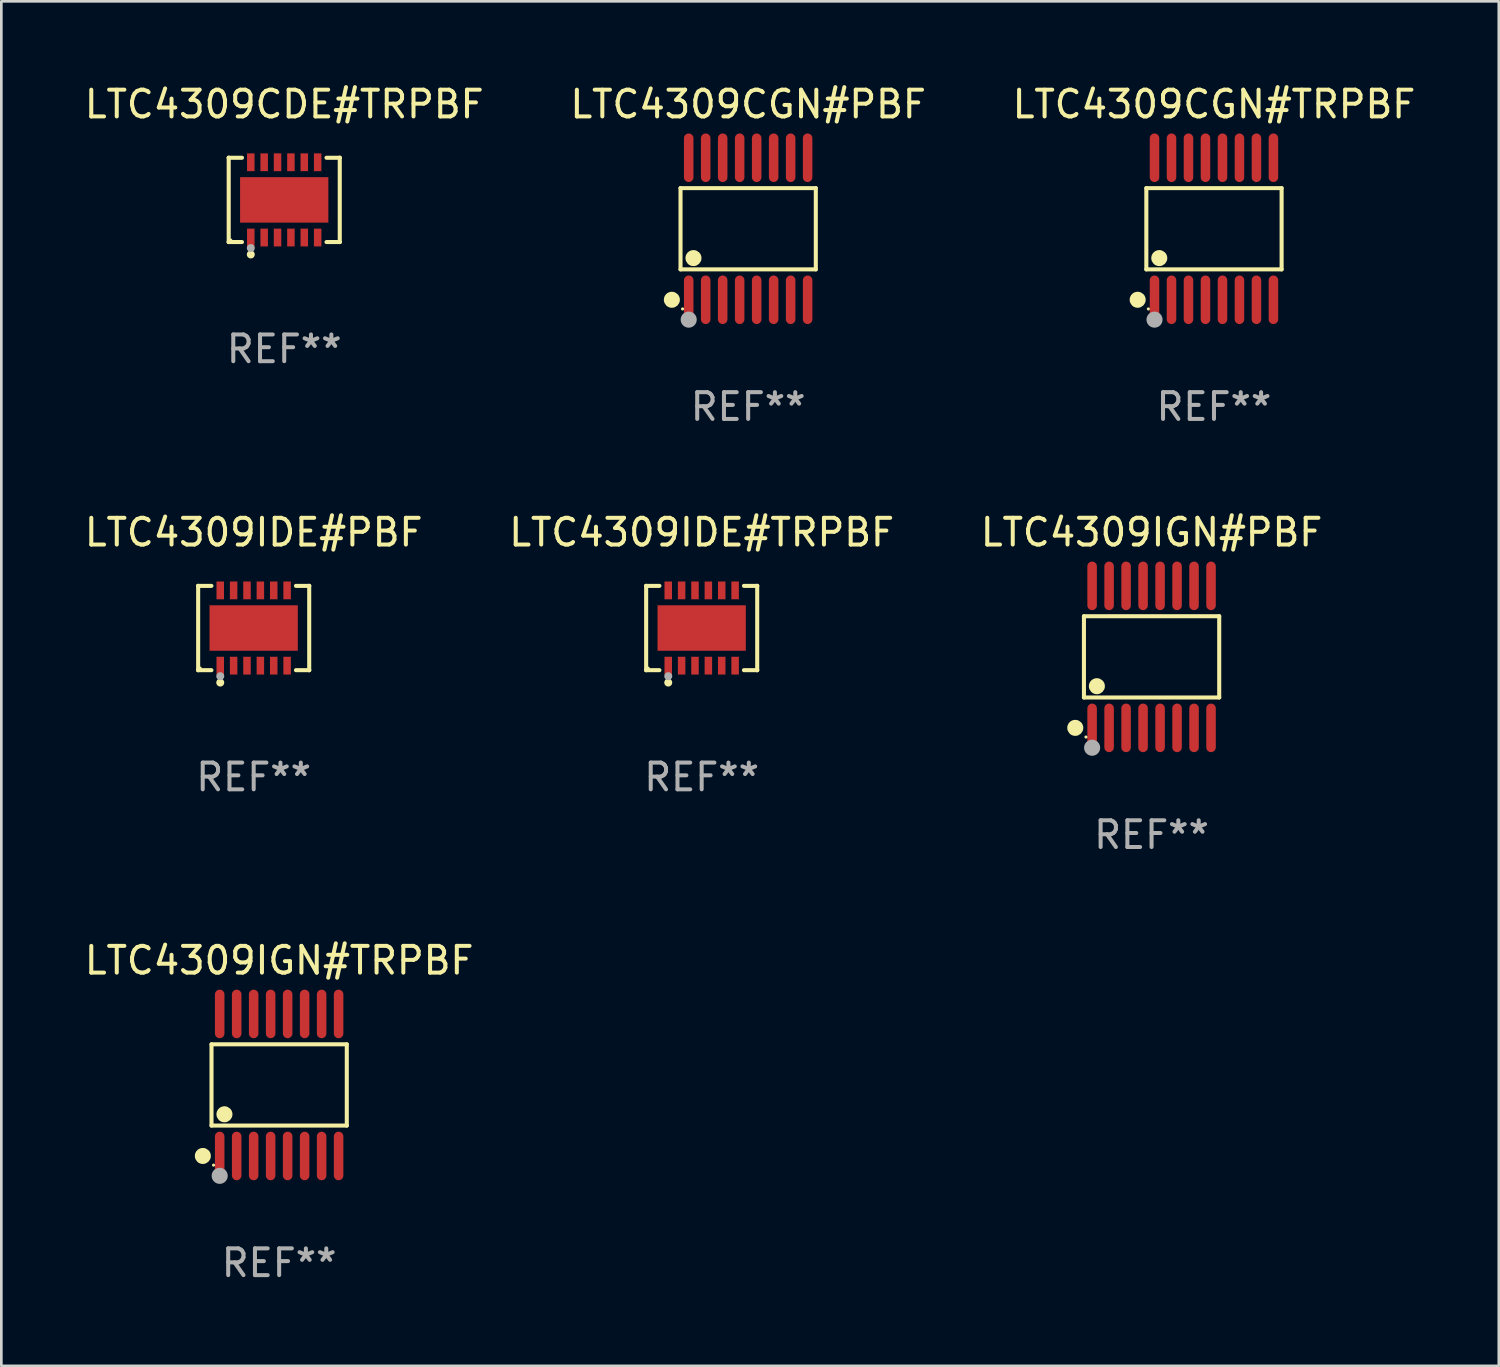
<source format=kicad_pcb>
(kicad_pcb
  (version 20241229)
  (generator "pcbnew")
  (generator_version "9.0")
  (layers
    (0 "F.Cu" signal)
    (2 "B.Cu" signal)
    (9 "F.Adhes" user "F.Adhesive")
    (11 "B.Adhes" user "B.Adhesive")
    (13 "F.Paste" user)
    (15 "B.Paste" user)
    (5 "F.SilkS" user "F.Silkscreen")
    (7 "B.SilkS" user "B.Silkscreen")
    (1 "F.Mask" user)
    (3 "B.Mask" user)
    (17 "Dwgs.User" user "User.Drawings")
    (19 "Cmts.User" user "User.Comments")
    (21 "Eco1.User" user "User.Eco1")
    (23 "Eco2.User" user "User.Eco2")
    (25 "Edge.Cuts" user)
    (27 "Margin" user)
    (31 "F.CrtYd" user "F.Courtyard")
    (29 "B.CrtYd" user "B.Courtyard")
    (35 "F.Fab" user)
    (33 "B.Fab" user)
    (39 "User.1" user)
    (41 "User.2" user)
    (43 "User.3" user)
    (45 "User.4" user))
  (footprint "LTC4309CGN#TRPBF"
    (layer "F.Cu")
    (at 42.339 5.503)
    (property "Reference" "LTC4309CGN#TRPBF" (at 0 -4.655 0) (layer "F.SilkS") (effects (font (size 1 1) (thickness 0.15))))
    (attr through_hole)
    (fp_line (start -2.529 -1.519) (end 2.529 -1.519) (stroke (width 0.152) (type solid)) (layer "F.SilkS"))
    (fp_line (start -2.529 1.519) (end -2.529 -1.519) (stroke (width 0.152) (type solid)) (layer "F.SilkS"))
    (fp_line (start 2.529 -1.519) (end 2.529 1.519) (stroke (width 0.152) (type solid)) (layer "F.SilkS"))
    (fp_line (start 2.529 1.519) (end -2.529 1.519) (stroke (width 0.152) (type solid)) (layer "F.SilkS"))
    (fp_circle (center -2.853 2.655) (end -2.703 2.655) (stroke (width 0.3) (type solid)) (fill no) (layer "F.SilkS"))
    (fp_circle (center -2.453 2.998) (end -2.423 2.998) (stroke (width 0.06) (type solid)) (fill no) (layer "F.SilkS"))
    (fp_circle (center -2.045 1.097) (end -1.895 1.097) (stroke (width 0.3) (type solid)) (fill no) (layer "F.SilkS"))
    (fp_circle (center -2.223 3.398) (end -2.072 3.398) (stroke (width 0.3) (type solid)) (fill no) (layer "F.Fab"))
    (fp_text user "REF**" (at 0 6.655 0) (layer "F.Fab") (effects (font (size 1 1) (thickness 0.15))))
    (pad "1" smd oval (at -2.223 2.655) (size 0.356 1.815) (layers "F.Cu" "F.Mask" "F.Paste"))
    (pad "2" smd oval (at -1.588 2.655) (size 0.356 1.815) (layers "F.Cu" "F.Mask" "F.Paste"))
    (pad "3" smd oval (at -0.953 2.655) (size 0.356 1.815) (layers "F.Cu" "F.Mask" "F.Paste"))
    (pad "4" smd oval (at -0.318 2.655) (size 0.356 1.815) (layers "F.Cu" "F.Mask" "F.Paste"))
    (pad "5" smd oval (at 0.318 2.655) (size 0.356 1.815) (layers "F.Cu" "F.Mask" "F.Paste"))
    (pad "6" smd oval (at 0.953 2.655) (size 0.356 1.815) (layers "F.Cu" "F.Mask" "F.Paste"))
    (pad "7" smd oval (at 1.588 2.655) (size 0.356 1.815) (layers "F.Cu" "F.Mask" "F.Paste"))
    (pad "8" smd oval (at 2.223 2.655) (size 0.356 1.815) (layers "F.Cu" "F.Mask" "F.Paste"))
    (pad "9" smd oval (at 2.223 -2.655) (size 0.356 1.815) (layers "F.Cu" "F.Mask" "F.Paste"))
    (pad "10" smd oval (at 1.588 -2.655) (size 0.356 1.815) (layers "F.Cu" "F.Mask" "F.Paste"))
    (pad "11" smd oval (at 0.953 -2.655) (size 0.356 1.815) (layers "F.Cu" "F.Mask" "F.Paste"))
    (pad "12" smd oval (at 0.318 -2.655) (size 0.356 1.815) (layers "F.Cu" "F.Mask" "F.Paste"))
    (pad "13" smd oval (at -0.318 -2.655) (size 0.356 1.815) (layers "F.Cu" "F.Mask" "F.Paste"))
    (pad "14" smd oval (at -0.953 -2.655) (size 0.356 1.815) (layers "F.Cu" "F.Mask" "F.Paste"))
    (pad "15" smd oval (at -1.588 -2.655) (size 0.356 1.815) (layers "F.Cu" "F.Mask" "F.Paste"))
    (pad "16" smd oval (at -2.223 -2.655) (size 0.356 1.815) (layers "F.Cu" "F.Mask" "F.Paste")))
  (footprint "LTC4309CDE#TRPBF"
    (layer "F.Cu")
    (at 7.577 4.424)
    (property "Reference" "LTC4309CDE#TRPBF" (at 0 -3.576 0) (layer "F.SilkS") (effects (font (size 1 1) (thickness 0.15))))
    (attr through_hole)
    (fp_line (start -2.076 -1.576) (end -2.076 -1.576) (stroke (width 0.152) (type solid)) (layer "F.SilkS"))
    (fp_line (start -2.076 -1.576) (end -1.58 -1.576) (stroke (width 0.152) (type solid)) (layer "F.SilkS"))
    (fp_line (start -2.076 1.576) (end -2.076 -1.576) (stroke (width 0.152) (type solid)) (layer "F.SilkS"))
    (fp_line (start -2.076 1.576) (end -2.076 1.576) (stroke (width 0.152) (type solid)) (layer "F.SilkS"))
    (fp_line (start -1.58 1.576) (end -2.076 1.576) (stroke (width 0.152) (type solid)) (layer "F.SilkS"))
    (fp_line (start 1.58 1.576) (end 2.076 1.576) (stroke (width 0.152) (type solid)) (layer "F.SilkS"))
    (fp_line (start 2.076 -1.576) (end 1.58 -1.576) (stroke (width 0.152) (type solid)) (layer "F.SilkS"))
    (fp_line (start 2.076 -1.576) (end 2.076 -1.576) (stroke (width 0.152) (type solid)) (layer "F.SilkS"))
    (fp_line (start 2.076 1.576) (end 2.076 -1.576) (stroke (width 0.152) (type solid)) (layer "F.SilkS"))
    (fp_line (start 2.076 1.576) (end 2.076 1.576) (stroke (width 0.152) (type solid)) (layer "F.SilkS"))
    (fp_circle (center -2 1.5) (end -1.97 1.5) (stroke (width 0.06) (type solid)) (fill no) (layer "F.SilkS"))
    (fp_circle (center -1.25 2.04) (end -1.175 2.04) (stroke (width 0.15) (type solid)) (fill no) (layer "F.SilkS"))
    (fp_circle (center -1.25 1.8) (end -1.175 1.8) (stroke (width 0.15) (type solid)) (fill no) (layer "F.Fab"))
    (fp_text user "REF**" (at 0 5.576 0) (layer "F.Fab") (effects (font (size 1 1) (thickness 0.15))))
    (pad "1" smd rect (at -1.25 1.407) (size 0.28 0.665) (layers "F.Cu" "F.Mask" "F.Paste"))
    (pad "2" smd rect (at -0.75 1.407) (size 0.28 0.665) (layers "F.Cu" "F.Mask" "F.Paste"))
    (pad "3" smd rect (at -0.25 1.407) (size 0.28 0.665) (layers "F.Cu" "F.Mask" "F.Paste"))
    (pad "4" smd rect (at 0.25 1.407) (size 0.28 0.665) (layers "F.Cu" "F.Mask" "F.Paste"))
    (pad "5" smd rect (at 0.75 1.407) (size 0.28 0.665) (layers "F.Cu" "F.Mask" "F.Paste"))
    (pad "6" smd rect (at 1.25 1.407) (size 0.28 0.665) (layers "F.Cu" "F.Mask" "F.Paste"))
    (pad "7" smd rect (at 1.25 -1.407) (size 0.28 0.665) (layers "F.Cu" "F.Mask" "F.Paste"))
    (pad "8" smd rect (at 0.75 -1.407) (size 0.28 0.665) (layers "F.Cu" "F.Mask" "F.Paste"))
    (pad "9" smd rect (at 0.25 -1.407) (size 0.28 0.665) (layers "F.Cu" "F.Mask" "F.Paste"))
    (pad "10" smd rect (at -0.25 -1.407) (size 0.28 0.665) (layers "F.Cu" "F.Mask" "F.Paste"))
    (pad "11" smd rect (at -0.75 -1.407) (size 0.28 0.665) (layers "F.Cu" "F.Mask" "F.Paste"))
    (pad "12" smd rect (at -1.25 -1.407) (size 0.28 0.665) (layers "F.Cu" "F.Mask" "F.Paste"))
    (pad "13" smd rect (at 0 0) (size 3.3 1.7) (layers "F.Cu" "F.Mask" "F.Paste")))
  (footprint "LTC4309IGN#PBF"
    (layer "F.Cu")
    (at 40.006 21.509)
    (property "Reference" "LTC4309IGN#PBF" (at 0 -4.655 0) (layer "F.SilkS") (effects (font (size 1 1) (thickness 0.15))))
    (attr through_hole)
    (fp_line (start -2.529 -1.519) (end 2.529 -1.519) (stroke (width 0.152) (type solid)) (layer "F.SilkS"))
    (fp_line (start -2.529 1.519) (end -2.529 -1.519) (stroke (width 0.152) (type solid)) (layer "F.SilkS"))
    (fp_line (start 2.529 -1.519) (end 2.529 1.519) (stroke (width 0.152) (type solid)) (layer "F.SilkS"))
    (fp_line (start 2.529 1.519) (end -2.529 1.519) (stroke (width 0.152) (type solid)) (layer "F.SilkS"))
    (fp_circle (center -2.853 2.655) (end -2.703 2.655) (stroke (width 0.3) (type solid)) (fill no) (layer "F.SilkS"))
    (fp_circle (center -2.453 2.998) (end -2.423 2.998) (stroke (width 0.06) (type solid)) (fill no) (layer "F.SilkS"))
    (fp_circle (center -2.045 1.097) (end -1.895 1.097) (stroke (width 0.3) (type solid)) (fill no) (layer "F.SilkS"))
    (fp_circle (center -2.223 3.398) (end -2.072 3.398) (stroke (width 0.3) (type solid)) (fill no) (layer "F.Fab"))
    (fp_text user "REF**" (at 0 6.655 0) (layer "F.Fab") (effects (font (size 1 1) (thickness 0.15))))
    (pad "1" smd oval (at -2.223 2.655) (size 0.356 1.815) (layers "F.Cu" "F.Mask" "F.Paste"))
    (pad "2" smd oval (at -1.588 2.655) (size 0.356 1.815) (layers "F.Cu" "F.Mask" "F.Paste"))
    (pad "3" smd oval (at -0.953 2.655) (size 0.356 1.815) (layers "F.Cu" "F.Mask" "F.Paste"))
    (pad "4" smd oval (at -0.318 2.655) (size 0.356 1.815) (layers "F.Cu" "F.Mask" "F.Paste"))
    (pad "5" smd oval (at 0.318 2.655) (size 0.356 1.815) (layers "F.Cu" "F.Mask" "F.Paste"))
    (pad "6" smd oval (at 0.953 2.655) (size 0.356 1.815) (layers "F.Cu" "F.Mask" "F.Paste"))
    (pad "7" smd oval (at 1.588 2.655) (size 0.356 1.815) (layers "F.Cu" "F.Mask" "F.Paste"))
    (pad "8" smd oval (at 2.223 2.655) (size 0.356 1.815) (layers "F.Cu" "F.Mask" "F.Paste"))
    (pad "9" smd oval (at 2.223 -2.655) (size 0.356 1.815) (layers "F.Cu" "F.Mask" "F.Paste"))
    (pad "10" smd oval (at 1.588 -2.655) (size 0.356 1.815) (layers "F.Cu" "F.Mask" "F.Paste"))
    (pad "11" smd oval (at 0.953 -2.655) (size 0.356 1.815) (layers "F.Cu" "F.Mask" "F.Paste"))
    (pad "12" smd oval (at 0.318 -2.655) (size 0.356 1.815) (layers "F.Cu" "F.Mask" "F.Paste"))
    (pad "13" smd oval (at -0.318 -2.655) (size 0.356 1.815) (layers "F.Cu" "F.Mask" "F.Paste"))
    (pad "14" smd oval (at -0.953 -2.655) (size 0.356 1.815) (layers "F.Cu" "F.Mask" "F.Paste"))
    (pad "15" smd oval (at -1.588 -2.655) (size 0.356 1.815) (layers "F.Cu" "F.Mask" "F.Paste"))
    (pad "16" smd oval (at -2.223 -2.655) (size 0.356 1.815) (layers "F.Cu" "F.Mask" "F.Paste")))
  (footprint "LTC4309IGN#TRPBF"
    (layer "F.Cu")
    (at 7.387 37.515)
    (property "Reference" "LTC4309IGN#TRPBF" (at 0 -4.655 0) (layer "F.SilkS") (effects (font (size 1 1) (thickness 0.15))))
    (attr through_hole)
    (fp_line (start -2.529 -1.519) (end 2.529 -1.519) (stroke (width 0.152) (type solid)) (layer "F.SilkS"))
    (fp_line (start -2.529 1.519) (end -2.529 -1.519) (stroke (width 0.152) (type solid)) (layer "F.SilkS"))
    (fp_line (start 2.529 -1.519) (end 2.529 1.519) (stroke (width 0.152) (type solid)) (layer "F.SilkS"))
    (fp_line (start 2.529 1.519) (end -2.529 1.519) (stroke (width 0.152) (type solid)) (layer "F.SilkS"))
    (fp_circle (center -2.853 2.655) (end -2.703 2.655) (stroke (width 0.3) (type solid)) (fill no) (layer "F.SilkS"))
    (fp_circle (center -2.453 2.998) (end -2.423 2.998) (stroke (width 0.06) (type solid)) (fill no) (layer "F.SilkS"))
    (fp_circle (center -2.045 1.097) (end -1.895 1.097) (stroke (width 0.3) (type solid)) (fill no) (layer "F.SilkS"))
    (fp_circle (center -2.223 3.398) (end -2.072 3.398) (stroke (width 0.3) (type solid)) (fill no) (layer "F.Fab"))
    (fp_text user "REF**" (at 0 6.655 0) (layer "F.Fab") (effects (font (size 1 1) (thickness 0.15))))
    (pad "1" smd oval (at -2.223 2.655) (size 0.356 1.815) (layers "F.Cu" "F.Mask" "F.Paste"))
    (pad "2" smd oval (at -1.588 2.655) (size 0.356 1.815) (layers "F.Cu" "F.Mask" "F.Paste"))
    (pad "3" smd oval (at -0.953 2.655) (size 0.356 1.815) (layers "F.Cu" "F.Mask" "F.Paste"))
    (pad "4" smd oval (at -0.318 2.655) (size 0.356 1.815) (layers "F.Cu" "F.Mask" "F.Paste"))
    (pad "5" smd oval (at 0.318 2.655) (size 0.356 1.815) (layers "F.Cu" "F.Mask" "F.Paste"))
    (pad "6" smd oval (at 0.953 2.655) (size 0.356 1.815) (layers "F.Cu" "F.Mask" "F.Paste"))
    (pad "7" smd oval (at 1.588 2.655) (size 0.356 1.815) (layers "F.Cu" "F.Mask" "F.Paste"))
    (pad "8" smd oval (at 2.223 2.655) (size 0.356 1.815) (layers "F.Cu" "F.Mask" "F.Paste"))
    (pad "9" smd oval (at 2.223 -2.655) (size 0.356 1.815) (layers "F.Cu" "F.Mask" "F.Paste"))
    (pad "10" smd oval (at 1.588 -2.655) (size 0.356 1.815) (layers "F.Cu" "F.Mask" "F.Paste"))
    (pad "11" smd oval (at 0.953 -2.655) (size 0.356 1.815) (layers "F.Cu" "F.Mask" "F.Paste"))
    (pad "12" smd oval (at 0.318 -2.655) (size 0.356 1.815) (layers "F.Cu" "F.Mask" "F.Paste"))
    (pad "13" smd oval (at -0.318 -2.655) (size 0.356 1.815) (layers "F.Cu" "F.Mask" "F.Paste"))
    (pad "14" smd oval (at -0.953 -2.655) (size 0.356 1.815) (layers "F.Cu" "F.Mask" "F.Paste"))
    (pad "15" smd oval (at -1.588 -2.655) (size 0.356 1.815) (layers "F.Cu" "F.Mask" "F.Paste"))
    (pad "16" smd oval (at -2.223 -2.655) (size 0.356 1.815) (layers "F.Cu" "F.Mask" "F.Paste")))
  (footprint "LTC4309IDE#PBF"
    (layer "F.Cu")
    (at 6.435 20.431)
    (property "Reference" "LTC4309IDE#PBF" (at 0 -3.576 0) (layer "F.SilkS") (effects (font (size 1 1) (thickness 0.15))))
    (attr through_hole)
    (fp_line (start -2.076 -1.576) (end -2.076 -1.576) (stroke (width 0.152) (type solid)) (layer "F.SilkS"))
    (fp_line (start -2.076 -1.576) (end -1.58 -1.576) (stroke (width 0.152) (type solid)) (layer "F.SilkS"))
    (fp_line (start -2.076 1.576) (end -2.076 -1.576) (stroke (width 0.152) (type solid)) (layer "F.SilkS"))
    (fp_line (start -2.076 1.576) (end -2.076 1.576) (stroke (width 0.152) (type solid)) (layer "F.SilkS"))
    (fp_line (start -1.58 1.576) (end -2.076 1.576) (stroke (width 0.152) (type solid)) (layer "F.SilkS"))
    (fp_line (start 1.58 1.576) (end 2.076 1.576) (stroke (width 0.152) (type solid)) (layer "F.SilkS"))
    (fp_line (start 2.076 -1.576) (end 1.58 -1.576) (stroke (width 0.152) (type solid)) (layer "F.SilkS"))
    (fp_line (start 2.076 -1.576) (end 2.076 -1.576) (stroke (width 0.152) (type solid)) (layer "F.SilkS"))
    (fp_line (start 2.076 1.576) (end 2.076 -1.576) (stroke (width 0.152) (type solid)) (layer "F.SilkS"))
    (fp_line (start 2.076 1.576) (end 2.076 1.576) (stroke (width 0.152) (type solid)) (layer "F.SilkS"))
    (fp_circle (center -2 1.5) (end -1.97 1.5) (stroke (width 0.06) (type solid)) (fill no) (layer "F.SilkS"))
    (fp_circle (center -1.25 2.04) (end -1.175 2.04) (stroke (width 0.15) (type solid)) (fill no) (layer "F.SilkS"))
    (fp_circle (center -1.25 1.8) (end -1.175 1.8) (stroke (width 0.15) (type solid)) (fill no) (layer "F.Fab"))
    (fp_text user "REF**" (at 0 5.576 0) (layer "F.Fab") (effects (font (size 1 1) (thickness 0.15))))
    (pad "1" smd rect (at -1.25 1.407) (size 0.28 0.665) (layers "F.Cu" "F.Mask" "F.Paste"))
    (pad "2" smd rect (at -0.75 1.407) (size 0.28 0.665) (layers "F.Cu" "F.Mask" "F.Paste"))
    (pad "3" smd rect (at -0.25 1.407) (size 0.28 0.665) (layers "F.Cu" "F.Mask" "F.Paste"))
    (pad "4" smd rect (at 0.25 1.407) (size 0.28 0.665) (layers "F.Cu" "F.Mask" "F.Paste"))
    (pad "5" smd rect (at 0.75 1.407) (size 0.28 0.665) (layers "F.Cu" "F.Mask" "F.Paste"))
    (pad "6" smd rect (at 1.25 1.407) (size 0.28 0.665) (layers "F.Cu" "F.Mask" "F.Paste"))
    (pad "7" smd rect (at 1.25 -1.407) (size 0.28 0.665) (layers "F.Cu" "F.Mask" "F.Paste"))
    (pad "8" smd rect (at 0.75 -1.407) (size 0.28 0.665) (layers "F.Cu" "F.Mask" "F.Paste"))
    (pad "9" smd rect (at 0.25 -1.407) (size 0.28 0.665) (layers "F.Cu" "F.Mask" "F.Paste"))
    (pad "10" smd rect (at -0.25 -1.407) (size 0.28 0.665) (layers "F.Cu" "F.Mask" "F.Paste"))
    (pad "11" smd rect (at -0.75 -1.407) (size 0.28 0.665) (layers "F.Cu" "F.Mask" "F.Paste"))
    (pad "12" smd rect (at -1.25 -1.407) (size 0.28 0.665) (layers "F.Cu" "F.Mask" "F.Paste"))
    (pad "13" smd rect (at 0 0) (size 3.3 1.7) (layers "F.Cu" "F.Mask" "F.Paste")))
  (footprint "LTC4309CGN#PBF"
    (layer "F.Cu")
    (at 24.923 5.503)
    (property "Reference" "LTC4309CGN#PBF" (at 0 -4.655 0) (layer "F.SilkS") (effects (font (size 1 1) (thickness 0.15))))
    (attr through_hole)
    (fp_line (start -2.529 -1.519) (end 2.529 -1.519) (stroke (width 0.152) (type solid)) (layer "F.SilkS"))
    (fp_line (start -2.529 1.519) (end -2.529 -1.519) (stroke (width 0.152) (type solid)) (layer "F.SilkS"))
    (fp_line (start 2.529 -1.519) (end 2.529 1.519) (stroke (width 0.152) (type solid)) (layer "F.SilkS"))
    (fp_line (start 2.529 1.519) (end -2.529 1.519) (stroke (width 0.152) (type solid)) (layer "F.SilkS"))
    (fp_circle (center -2.853 2.655) (end -2.703 2.655) (stroke (width 0.3) (type solid)) (fill no) (layer "F.SilkS"))
    (fp_circle (center -2.453 2.998) (end -2.423 2.998) (stroke (width 0.06) (type solid)) (fill no) (layer "F.SilkS"))
    (fp_circle (center -2.045 1.097) (end -1.895 1.097) (stroke (width 0.3) (type solid)) (fill no) (layer "F.SilkS"))
    (fp_circle (center -2.223 3.398) (end -2.072 3.398) (stroke (width 0.3) (type solid)) (fill no) (layer "F.Fab"))
    (fp_text user "REF**" (at 0 6.655 0) (layer "F.Fab") (effects (font (size 1 1) (thickness 0.15))))
    (pad "1" smd oval (at -2.223 2.655) (size 0.356 1.815) (layers "F.Cu" "F.Mask" "F.Paste"))
    (pad "2" smd oval (at -1.588 2.655) (size 0.356 1.815) (layers "F.Cu" "F.Mask" "F.Paste"))
    (pad "3" smd oval (at -0.953 2.655) (size 0.356 1.815) (layers "F.Cu" "F.Mask" "F.Paste"))
    (pad "4" smd oval (at -0.318 2.655) (size 0.356 1.815) (layers "F.Cu" "F.Mask" "F.Paste"))
    (pad "5" smd oval (at 0.318 2.655) (size 0.356 1.815) (layers "F.Cu" "F.Mask" "F.Paste"))
    (pad "6" smd oval (at 0.953 2.655) (size 0.356 1.815) (layers "F.Cu" "F.Mask" "F.Paste"))
    (pad "7" smd oval (at 1.588 2.655) (size 0.356 1.815) (layers "F.Cu" "F.Mask" "F.Paste"))
    (pad "8" smd oval (at 2.223 2.655) (size 0.356 1.815) (layers "F.Cu" "F.Mask" "F.Paste"))
    (pad "9" smd oval (at 2.223 -2.655) (size 0.356 1.815) (layers "F.Cu" "F.Mask" "F.Paste"))
    (pad "10" smd oval (at 1.588 -2.655) (size 0.356 1.815) (layers "F.Cu" "F.Mask" "F.Paste"))
    (pad "11" smd oval (at 0.953 -2.655) (size 0.356 1.815) (layers "F.Cu" "F.Mask" "F.Paste"))
    (pad "12" smd oval (at 0.318 -2.655) (size 0.356 1.815) (layers "F.Cu" "F.Mask" "F.Paste"))
    (pad "13" smd oval (at -0.318 -2.655) (size 0.356 1.815) (layers "F.Cu" "F.Mask" "F.Paste"))
    (pad "14" smd oval (at -0.953 -2.655) (size 0.356 1.815) (layers "F.Cu" "F.Mask" "F.Paste"))
    (pad "15" smd oval (at -1.588 -2.655) (size 0.356 1.815) (layers "F.Cu" "F.Mask" "F.Paste"))
    (pad "16" smd oval (at -2.223 -2.655) (size 0.356 1.815) (layers "F.Cu" "F.Mask" "F.Paste")))
  (footprint "LTC4309IDE#TRPBF"
    (layer "F.Cu")
    (at 23.185 20.431)
    (property "Reference" "LTC4309IDE#TRPBF" (at 0 -3.576 0) (layer "F.SilkS") (effects (font (size 1 1) (thickness 0.15))))
    (attr through_hole)
    (fp_line (start -2.076 -1.576) (end -2.076 -1.576) (stroke (width 0.152) (type solid)) (layer "F.SilkS"))
    (fp_line (start -2.076 -1.576) (end -1.58 -1.576) (stroke (width 0.152) (type solid)) (layer "F.SilkS"))
    (fp_line (start -2.076 1.576) (end -2.076 -1.576) (stroke (width 0.152) (type solid)) (layer "F.SilkS"))
    (fp_line (start -2.076 1.576) (end -2.076 1.576) (stroke (width 0.152) (type solid)) (layer "F.SilkS"))
    (fp_line (start -1.58 1.576) (end -2.076 1.576) (stroke (width 0.152) (type solid)) (layer "F.SilkS"))
    (fp_line (start 1.58 1.576) (end 2.076 1.576) (stroke (width 0.152) (type solid)) (layer "F.SilkS"))
    (fp_line (start 2.076 -1.576) (end 1.58 -1.576) (stroke (width 0.152) (type solid)) (layer "F.SilkS"))
    (fp_line (start 2.076 -1.576) (end 2.076 -1.576) (stroke (width 0.152) (type solid)) (layer "F.SilkS"))
    (fp_line (start 2.076 1.576) (end 2.076 -1.576) (stroke (width 0.152) (type solid)) (layer "F.SilkS"))
    (fp_line (start 2.076 1.576) (end 2.076 1.576) (stroke (width 0.152) (type solid)) (layer "F.SilkS"))
    (fp_circle (center -2 1.5) (end -1.97 1.5) (stroke (width 0.06) (type solid)) (fill no) (layer "F.SilkS"))
    (fp_circle (center -1.25 2.04) (end -1.175 2.04) (stroke (width 0.15) (type solid)) (fill no) (layer "F.SilkS"))
    (fp_circle (center -1.25 1.8) (end -1.175 1.8) (stroke (width 0.15) (type solid)) (fill no) (layer "F.Fab"))
    (fp_text user "REF**" (at 0 5.576 0) (layer "F.Fab") (effects (font (size 1 1) (thickness 0.15))))
    (pad "1" smd rect (at -1.25 1.407) (size 0.28 0.665) (layers "F.Cu" "F.Mask" "F.Paste"))
    (pad "2" smd rect (at -0.75 1.407) (size 0.28 0.665) (layers "F.Cu" "F.Mask" "F.Paste"))
    (pad "3" smd rect (at -0.25 1.407) (size 0.28 0.665) (layers "F.Cu" "F.Mask" "F.Paste"))
    (pad "4" smd rect (at 0.25 1.407) (size 0.28 0.665) (layers "F.Cu" "F.Mask" "F.Paste"))
    (pad "5" smd rect (at 0.75 1.407) (size 0.28 0.665) (layers "F.Cu" "F.Mask" "F.Paste"))
    (pad "6" smd rect (at 1.25 1.407) (size 0.28 0.665) (layers "F.Cu" "F.Mask" "F.Paste"))
    (pad "7" smd rect (at 1.25 -1.407) (size 0.28 0.665) (layers "F.Cu" "F.Mask" "F.Paste"))
    (pad "8" smd rect (at 0.75 -1.407) (size 0.28 0.665) (layers "F.Cu" "F.Mask" "F.Paste"))
    (pad "9" smd rect (at 0.25 -1.407) (size 0.28 0.665) (layers "F.Cu" "F.Mask" "F.Paste"))
    (pad "10" smd rect (at -0.25 -1.407) (size 0.28 0.665) (layers "F.Cu" "F.Mask" "F.Paste"))
    (pad "11" smd rect (at -0.75 -1.407) (size 0.28 0.665) (layers "F.Cu" "F.Mask" "F.Paste"))
    (pad "12" smd rect (at -1.25 -1.407) (size 0.28 0.665) (layers "F.Cu" "F.Mask" "F.Paste"))
    (pad "13" smd rect (at 0 0) (size 3.3 1.7) (layers "F.Cu" "F.Mask" "F.Paste")))
  (gr_rect
    (start -3 -3)
    (end 52.988 48.018)
    (stroke (width 0.1) (type default))
    (fill no)
    (layer "Edge.Cuts")))
</source>
